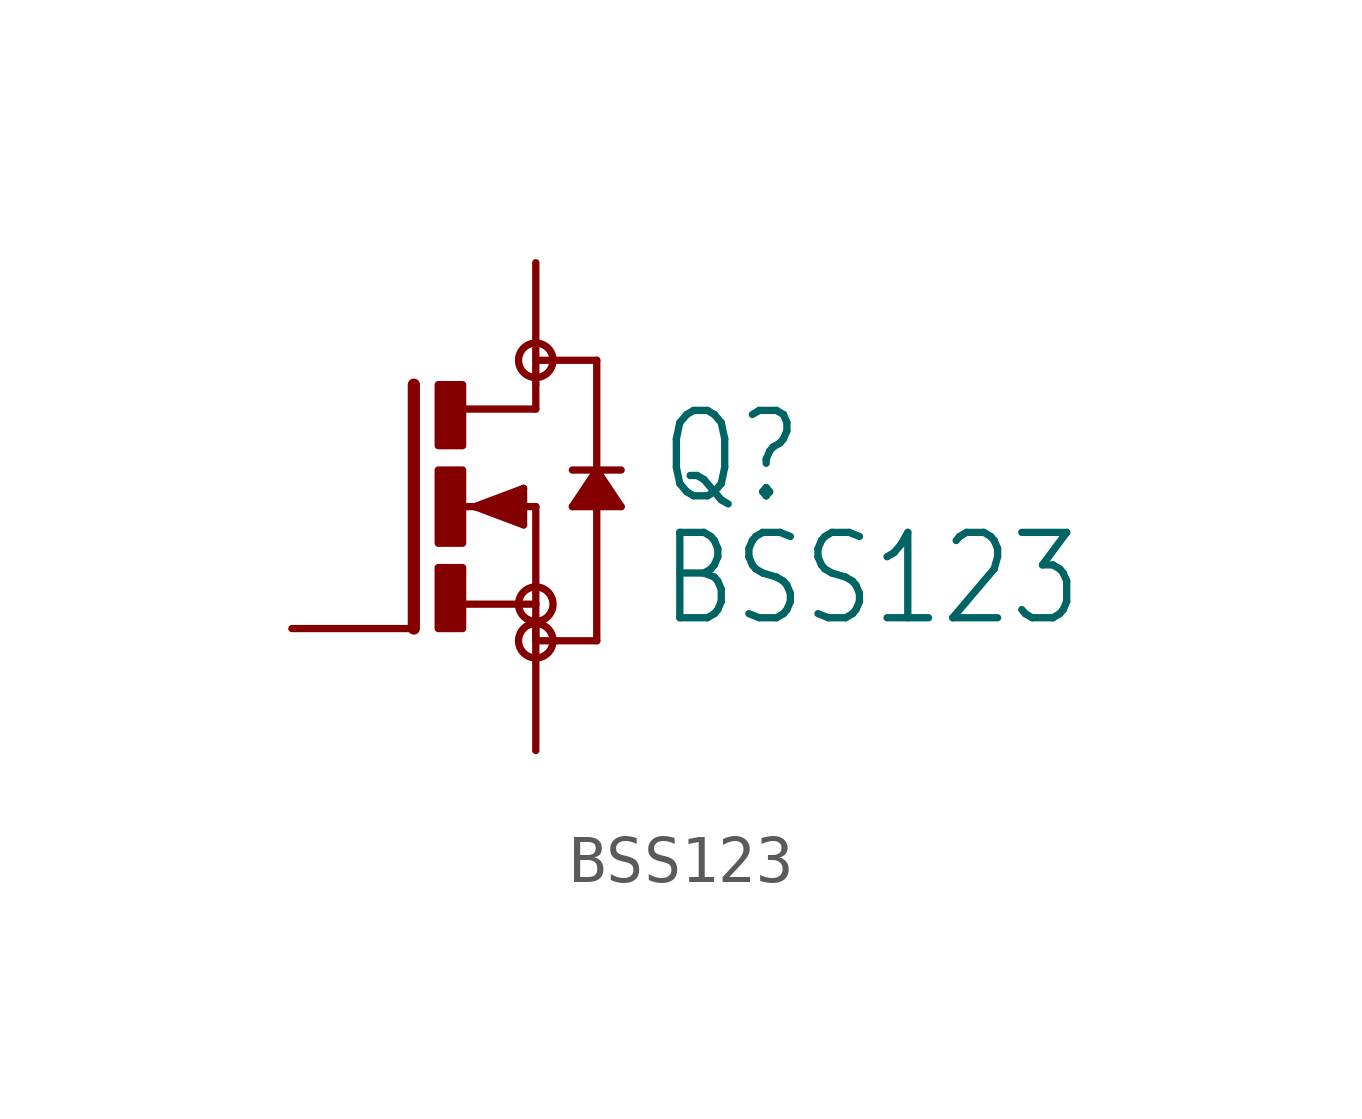
<source format=kicad_sym>
(kicad_symbol_lib
  (version 20211014)
  (generator kicad_symbol_editor)
  (symbol "BSS123"
    (property "Reference" "Q"
      (at 2.54 0 0)
      (effects (font (size 1.778 1.511)) (justify left bottom)))
    (property "Value" "BSS123"
      (at 2.54 -2.54 0)
      (effects (font (size 1.778 1.511)) (justify left bottom)))
    (property "ki_locked" ""
      (at 0 0 0)
      (effects (font (size 1.27 1.27))))
    (symbol "BSS123_1_0"
      (rectangle (start -2.032 -2.54) (end -1.524 -1.27) (stroke (width 0) (type default) (color 0 0 0 0)) (fill (type outline)))
      (rectangle (start -2.032 -0.762) (end -1.524 0.762) (stroke (width 0) (type default) (color 0 0 0 0)) (fill (type outline)))
      (rectangle (start -2.032 1.27) (end -1.524 2.54) (stroke (width 0) (type default) (color 0 0 0 0)) (fill (type outline)))
      (circle (center 0 -2.794) (radius 0.359) (stroke (width 0) (type default) (color 0 0 0 0)) (fill (type none)))
      (circle (center 0 -2.032) (radius 0.359) (stroke (width 0) (type default) (color 0 0 0 0)) (fill (type none)))
      (polyline (pts (xy -2.54 2.54) (xy -2.54 -2.54)) (stroke (width 0.254) (type default) (color 0 0 0 0)) (fill (type none)))
      (polyline (pts (xy -1.524 -2.032) (xy 0 -2.032)) (stroke (width 0.152) (type default) (color 0 0 0 0)) (fill (type none)))
      (polyline (pts (xy -1.524 0) (xy -1.27 0)) (stroke (width 0.152) (type default) (color 0 0 0 0)) (fill (type none)))
      (polyline (pts (xy -1.524 2.032) (xy 0 2.032)) (stroke (width 0.152) (type default) (color 0 0 0 0)) (fill (type none)))
      (polyline (pts (xy -1.27 0) (xy -1.016 0)) (stroke (width 0.152) (type default) (color 0 0 0 0)) (fill (type none)))
      (polyline (pts (xy -1.27 0) (xy -0.254 0.381)) (stroke (width 0.152) (type default) (color 0 0 0 0)) (fill (type none)))
      (polyline (pts (xy -1.016 0) (xy -0.889 0)) (stroke (width 0.152) (type default) (color 0 0 0 0)) (fill (type none)))
      (polyline (pts (xy -1.016 0) (xy -0.381 -0.254)) (stroke (width 0.254) (type default) (color 0 0 0 0)) (fill (type none)))
      (polyline (pts (xy -0.889 0) (xy 0 0)) (stroke (width 0.152) (type default) (color 0 0 0 0)) (fill (type none)))
      (polyline (pts (xy -0.381 -0.254) (xy -0.381 0.254)) (stroke (width 0.254) (type default) (color 0 0 0 0)) (fill (type none)))
      (polyline (pts (xy -0.381 0.254) (xy -0.889 0)) (stroke (width 0.254) (type default) (color 0 0 0 0)) (fill (type none)))
      (polyline (pts (xy -0.254 -0.381) (xy -1.27 0)) (stroke (width 0.152) (type default) (color 0 0 0 0)) (fill (type none)))
      (polyline (pts (xy -0.254 0.381) (xy -0.254 -0.381)) (stroke (width 0.152) (type default) (color 0 0 0 0)) (fill (type none)))
      (polyline (pts (xy 0 -2.032) (xy 0 -2.794)) (stroke (width 0.152) (type default) (color 0 0 0 0)) (fill (type none)))
      (polyline (pts (xy 0 0) (xy 0 -2.032)) (stroke (width 0.152) (type default) (color 0 0 0 0)) (fill (type none)))
      (polyline (pts (xy 0 2.032) (xy 0 2.54)) (stroke (width 0.152) (type default) (color 0 0 0 0)) (fill (type none)))
      (polyline (pts (xy 0 3.048) (xy 1.27 3.048)) (stroke (width 0.152) (type default) (color 0 0 0 0)) (fill (type none)))
      (polyline (pts (xy 0.762 0) (xy 1.27 0.762)) (stroke (width 0.152) (type default) (color 0 0 0 0)) (fill (type none)))
      (polyline (pts (xy 1.016 0.127) (xy 1.524 0.127)) (stroke (width 0.254) (type default) (color 0 0 0 0)) (fill (type none)))
      (polyline (pts (xy 1.27 -2.794) (xy 0 -2.794)) (stroke (width 0.152) (type default) (color 0 0 0 0)) (fill (type none)))
      (polyline (pts (xy 1.27 0.508) (xy 1.016 0.127)) (stroke (width 0.254) (type default) (color 0 0 0 0)) (fill (type none)))
      (polyline (pts (xy 1.27 0.508) (xy 1.27 -2.794)) (stroke (width 0.152) (type default) (color 0 0 0 0)) (fill (type none)))
      (polyline (pts (xy 1.27 0.762) (xy 1.27 0.508)) (stroke (width 0.152) (type default) (color 0 0 0 0)) (fill (type none)))
      (polyline (pts (xy 1.27 0.762) (xy 1.778 0)) (stroke (width 0.152) (type default) (color 0 0 0 0)) (fill (type none)))
      (polyline (pts (xy 1.27 3.048) (xy 1.27 0.762)) (stroke (width 0.152) (type default) (color 0 0 0 0)) (fill (type none)))
      (polyline (pts (xy 1.524 0.127) (xy 1.27 0.508)) (stroke (width 0.254) (type default) (color 0 0 0 0)) (fill (type none)))
      (polyline (pts (xy 1.778 0) (xy 0.762 0)) (stroke (width 0.152) (type default) (color 0 0 0 0)) (fill (type none)))
      (polyline (pts (xy 1.778 0.762) (xy 0.762 0.762)) (stroke (width 0.152) (type default) (color 0 0 0 0)) (fill (type none)))
      (circle (center 0 3.048) (radius 0.359) (stroke (width 0) (type default) (color 0 0 0 0)) (fill (type none)))
      (pin passive line (at -5.08 -2.54 0) (length 2.54) (name "G" (effects (font (size 0 0)))) (number "1" (effects (font (size 0 0)))))
      (pin passive line (at 0 -5.08 90) (length 2.54) (name "S" (effects (font (size 0 0)))) (number "2" (effects (font (size 0 0)))))
      (pin passive line (at 0 5.08 270) (length 2.54) (name "D" (effects (font (size 0 0)))) (number "3" (effects (font (size 0 0))))))))
</source>
